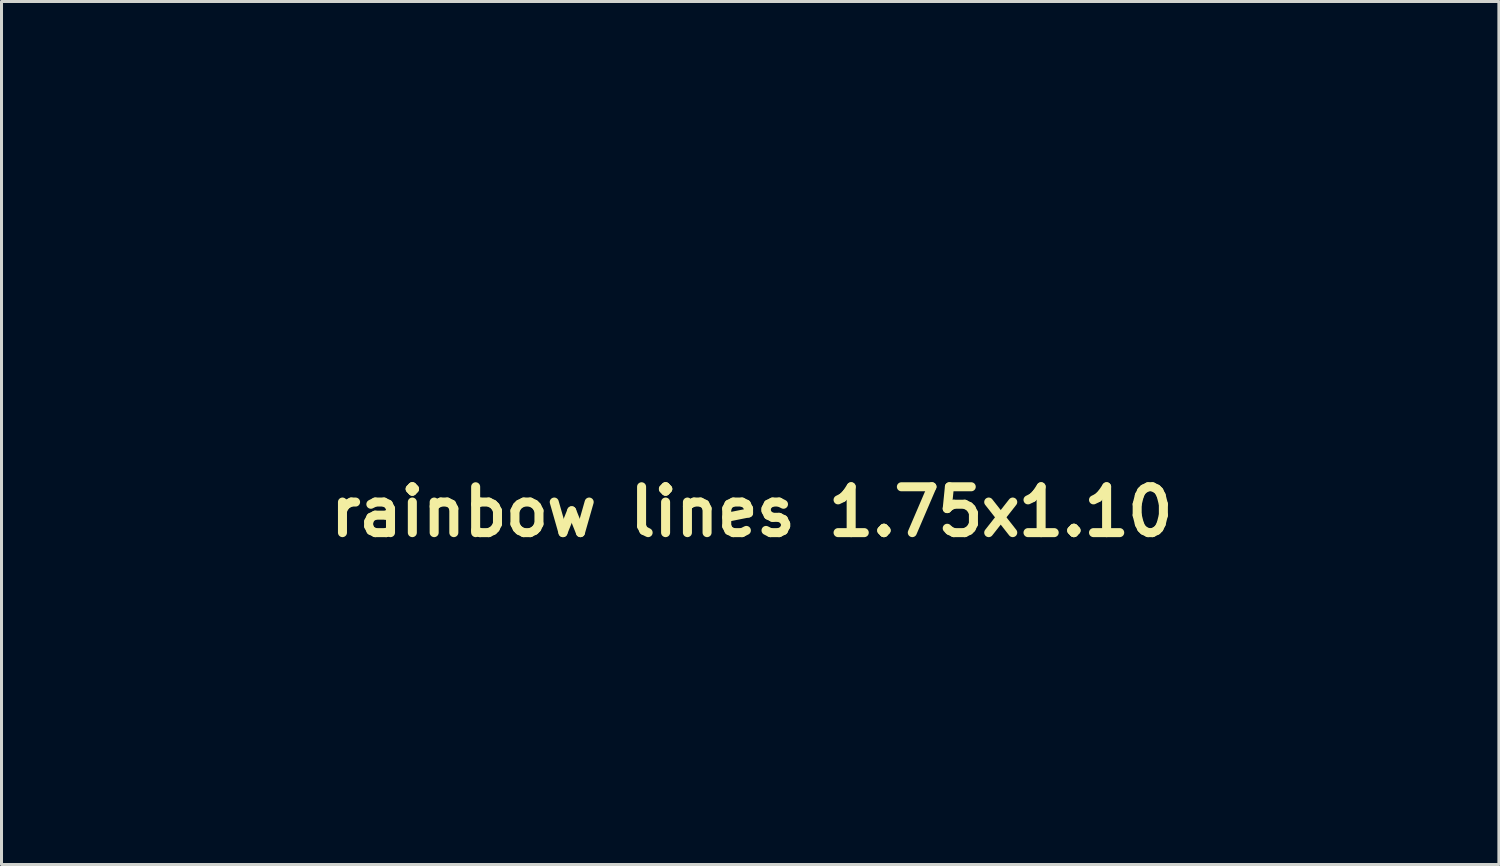
<source format=kicad_pcb>
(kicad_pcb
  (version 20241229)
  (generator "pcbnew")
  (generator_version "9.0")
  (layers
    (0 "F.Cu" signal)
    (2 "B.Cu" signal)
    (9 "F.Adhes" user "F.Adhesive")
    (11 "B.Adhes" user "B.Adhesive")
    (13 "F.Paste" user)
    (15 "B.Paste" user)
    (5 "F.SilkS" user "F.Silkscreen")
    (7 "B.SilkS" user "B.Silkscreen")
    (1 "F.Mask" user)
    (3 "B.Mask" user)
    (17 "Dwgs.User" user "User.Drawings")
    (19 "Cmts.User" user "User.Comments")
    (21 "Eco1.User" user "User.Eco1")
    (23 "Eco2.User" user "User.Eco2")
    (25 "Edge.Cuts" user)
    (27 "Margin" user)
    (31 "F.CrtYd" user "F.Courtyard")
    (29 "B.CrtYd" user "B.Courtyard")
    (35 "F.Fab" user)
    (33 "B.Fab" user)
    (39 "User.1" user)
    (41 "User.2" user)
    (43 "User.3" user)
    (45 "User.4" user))
  (footprint "rainbow lines 1.75x1.10"
    (layer "F.Cu")
    (at 21.941 13.965)
    (property "Reference" "rainbow lines 1.75x1.10" (at 0 0 0) (layer "F.SilkS") (effects (font (size 1.524 1.524) (thickness 0.3))))
    (attr board_only exclude_from_pos_files exclude_from_bom)
    (fp_poly (pts (xy 0.242 3.184) (xy 0.739 3.23) (xy 1.237 3.317) (xy 1.734 3.443) (xy 2.23 3.611) (xy 2.726 3.818) (xy 3.221 4.066) (xy 3.714 4.353) (xy 4.206 4.681) (xy 4.381 4.807) (xy 4.501 4.898) (xy 4.637 5.005) (xy 4.785 5.125) (xy 4.94 5.253) (xy 5.098 5.385) (xy 5.254 5.519) (xy 5.404 5.649) (xy 5.544 5.772) (xy 5.668 5.885) (xy 5.773 5.984) (xy 5.854 6.063) (xy 5.907 6.121) (xy 5.912 6.128) (xy 5.957 6.185) (xy 5.905 6.218) (xy 5.86 6.25) (xy 5.801 6.3) (xy 5.757 6.34) (xy 5.687 6.397) (xy 5.612 6.446) (xy 5.569 6.468) (xy 5.505 6.505) (xy 5.418 6.574) (xy 5.307 6.673) (xy 5.23 6.746) (xy 5.089 6.884) (xy 4.976 6.995) (xy 4.887 7.084) (xy 4.82 7.154) (xy 4.772 7.208) (xy 4.738 7.248) (xy 4.717 7.279) (xy 4.706 7.304) (xy 4.704 7.312) (xy 4.676 7.371) (xy 4.636 7.423) (xy 4.603 7.46) (xy 4.553 7.522) (xy 4.494 7.6) (xy 4.443 7.669) (xy 4.363 7.785) (xy 4.31 7.88) (xy 4.277 7.964) (xy 4.272 7.984) (xy 4.249 8.058) (xy 4.22 8.122) (xy 4.201 8.153) (xy 4.17 8.202) (xy 4.158 8.244) (xy 4.153 8.281) (xy 4.138 8.347) (xy 4.116 8.432) (xy 4.096 8.504) (xy 4.035 8.721) (xy 3.838 8.484) (xy 3.643 8.255) (xy 3.429 8.014) (xy 3.207 7.773) (xy 2.99 7.544) (xy 2.826 7.379) (xy 2.484 7.054) (xy 2.152 6.767) (xy 1.829 6.517) (xy 1.512 6.304) (xy 1.201 6.125) (xy 0.893 5.98) (xy 0.586 5.868) (xy 0.28 5.788) (xy 0.21 5.774) (xy 0.095 5.759) (xy -0.05 5.751) (xy -0.21 5.75) (xy -0.372 5.755) (xy -0.521 5.766) (xy -0.644 5.783) (xy -0.649 5.784) (xy -0.962 5.865) (xy -1.282 5.983) (xy -1.605 6.139) (xy -1.928 6.329) (xy -2.249 6.552) (xy -2.356 6.635) (xy -2.554 6.798) (xy -2.769 6.989) (xy -2.995 7.2) (xy -3.225 7.424) (xy -3.451 7.655) (xy -3.667 7.885) (xy -3.867 8.108) (xy -4.038 8.312) (xy -4.095 8.379) (xy -4.132 8.412) (xy -4.152 8.413) (xy -4.159 8.384) (xy -4.16 8.379) (xy -4.167 8.343) (xy -4.188 8.28) (xy -4.218 8.2) (xy -4.239 8.15) (xy -4.276 8.058) (xy -4.309 7.97) (xy -4.333 7.9) (xy -4.34 7.877) (xy -4.373 7.802) (xy -4.416 7.759) (xy -4.451 7.731) (xy -4.459 7.709) (xy -4.464 7.684) (xy -4.482 7.665) (xy -4.51 7.634) (xy -4.548 7.578) (xy -4.583 7.518) (xy -4.635 7.432) (xy -4.695 7.338) (xy -4.734 7.283) (xy -4.793 7.2) (xy -4.858 7.11) (xy -4.896 7.057) (xy -4.971 6.963) (xy -5.073 6.856) (xy -5.19 6.746) (xy -5.28 6.669) (xy -5.335 6.618) (xy -5.393 6.557) (xy -5.403 6.544) (xy -5.466 6.488) (xy -5.548 6.437) (xy -5.575 6.425) (xy -5.636 6.397) (xy -5.676 6.375) (xy -5.686 6.366) (xy -5.703 6.349) (xy -5.747 6.316) (xy -5.808 6.274) (xy -5.81 6.273) (xy -5.873 6.234) (xy -5.924 6.202) (xy -5.96 6.176) (xy -5.98 6.15) (xy -5.983 6.12) (xy -5.966 6.084) (xy -5.927 6.037) (xy -5.865 5.975) (xy -5.779 5.894) (xy -5.665 5.791) (xy -5.531 5.669) (xy -5.155 5.334) (xy -4.793 5.032) (xy -4.442 4.76) (xy -4.096 4.514) (xy -3.75 4.292) (xy -3.401 4.09) (xy -3.042 3.904) (xy -2.721 3.755) (xy -2.231 3.558) (xy -1.739 3.402) (xy -1.245 3.287) (xy -0.75 3.212) (xy -0.254 3.178)) (stroke (width 0) (type solid)) (fill yes) (layer "F.Mask"))
    (fp_poly (pts (xy 0.292 -13.961) (xy 0.838 -13.941) (xy 1.392 -13.905) (xy 1.945 -13.855) (xy 2.486 -13.79) (xy 2.725 -13.756) (xy 3.601 -13.605) (xy 4.467 -13.415) (xy 5.322 -13.185) (xy 6.166 -12.918) (xy 6.997 -12.612) (xy 7.815 -12.269) (xy 8.62 -11.889) (xy 9.41 -11.473) (xy 10.185 -11.02) (xy 10.943 -10.533) (xy 11.685 -10.01) (xy 12.41 -9.452) (xy 13.117 -8.861) (xy 13.804 -8.235) (xy 14.472 -7.577) (xy 15.119 -6.886) (xy 15.746 -6.163) (xy 16.35 -5.408) (xy 16.848 -4.738) (xy 17.441 -3.879) (xy 18.005 -2.99) (xy 18.54 -2.071) (xy 19.046 -1.123) (xy 19.522 -0.147) (xy 19.967 0.857) (xy 20.383 1.887) (xy 20.767 2.943) (xy 21.121 4.023) (xy 21.443 5.128) (xy 21.727 6.231) (xy 21.758 6.362) (xy 21.786 6.48) (xy 21.808 6.578) (xy 21.823 6.652) (xy 21.831 6.694) (xy 21.832 6.703) (xy 21.811 6.694) (xy 21.761 6.66) (xy 21.685 6.602) (xy 21.586 6.523) (xy 21.466 6.426) (xy 21.404 6.375) (xy 21.269 6.27) (xy 21.154 6.198) (xy 21.08 6.164) (xy 20.995 6.126) (xy 20.95 6.09) (xy 20.941 6.073) (xy 20.643 4.966) (xy 20.316 3.886) (xy 19.96 2.833) (xy 19.575 1.807) (xy 19.161 0.808) (xy 18.719 -0.161) (xy 18.249 -1.103) (xy 17.752 -2.014) (xy 17.227 -2.897) (xy 16.674 -3.749) (xy 16.095 -4.57) (xy 15.489 -5.36) (xy 14.857 -6.119) (xy 14.198 -6.846) (xy 13.514 -7.54) (xy 13.066 -7.964) (xy 12.729 -8.27) (xy 12.409 -8.55) (xy 12.099 -8.811) (xy 11.788 -9.061) (xy 11.469 -9.306) (xy 11.133 -9.554) (xy 10.941 -9.691) (xy 10.188 -10.202) (xy 9.421 -10.674) (xy 8.642 -11.108) (xy 7.851 -11.503) (xy 7.049 -11.859) (xy 6.234 -12.176) (xy 5.409 -12.453) (xy 4.572 -12.692) (xy 3.725 -12.891) (xy 2.867 -13.051) (xy 2 -13.171) (xy 1.122 -13.252) (xy 0.841 -13.27) (xy 0.371 -13.29) (xy -0.083 -13.296) (xy -0.534 -13.289) (xy -0.995 -13.269) (xy -1.479 -13.234) (xy -1.682 -13.217) (xy -2.537 -13.118) (xy -3.384 -12.979) (xy -4.222 -12.802) (xy -5.05 -12.586) (xy -5.867 -12.331) (xy -6.673 -12.039) (xy -7.467 -11.709) (xy -8.248 -11.343) (xy -9.015 -10.94) (xy -9.768 -10.501) (xy -10.505 -10.026) (xy -11.227 -9.516) (xy -11.933 -8.972) (xy -12.621 -8.393) (xy -13.291 -7.781) (xy -13.943 -7.135) (xy -14.575 -6.457) (xy -15.187 -5.746) (xy -15.778 -5.003) (xy -16.347 -4.228) (xy -16.371 -4.195) (xy -16.947 -3.342) (xy -17.496 -2.461) (xy -18.017 -1.551) (xy -18.51 -0.612) (xy -18.976 0.357) (xy -19.415 1.357) (xy -19.827 2.387) (xy -20.212 3.449) (xy -20.571 4.542) (xy -20.889 5.615) (xy -21.03 6.116) (xy -21.144 6.171) (xy -21.246 6.229) (xy -21.375 6.319) (xy -21.529 6.439) (xy -21.709 6.589) (xy -21.767 6.64) (xy -21.843 6.703) (xy -21.899 6.746) (xy -21.934 6.766) (xy -21.941 6.762) (xy -21.933 6.731) (xy -21.916 6.666) (xy -21.892 6.575) (xy -21.864 6.463) (xy -21.832 6.336) (xy -21.816 6.274) (xy -21.663 5.691) (xy -21.492 5.085) (xy -21.306 4.465) (xy -21.109 3.844) (xy -20.904 3.233) (xy -20.709 2.682) (xy -20.321 1.666) (xy -19.908 0.676) (xy -19.468 -0.286) (xy -19.004 -1.221) (xy -18.514 -2.127) (xy -18.001 -3.004) (xy -17.464 -3.852) (xy -16.903 -4.671) (xy -16.32 -5.459) (xy -15.715 -6.215) (xy -15.088 -6.941) (xy -14.439 -7.634) (xy -13.77 -8.295) (xy -13.08 -8.922) (xy -12.371 -9.516) (xy -11.642 -10.075) (xy -10.894 -10.6) (xy -10.128 -11.09) (xy -9.343 -11.543) (xy -8.542 -11.96) (xy -7.723 -12.34) (xy -7.16 -12.576) (xy -6.342 -12.884) (xy -5.52 -13.152) (xy -4.692 -13.382) (xy -3.855 -13.573) (xy -3.006 -13.726) (xy -2.143 -13.842) (xy -1.263 -13.922) (xy -0.73 -13.952) (xy -0.234 -13.965)) (stroke (width 0) (type solid)) (fill yes) (layer "F.Mask"))
    (fp_poly (pts (xy 0.176 -6.842) (xy 0.393 -6.84) (xy 0.581 -6.836) (xy 0.749 -6.83) (xy 0.905 -6.821) (xy 1.057 -6.808) (xy 1.212 -6.792) (xy 1.379 -6.77) (xy 1.566 -6.744) (xy 1.737 -6.719) (xy 2.429 -6.593) (xy 3.117 -6.428) (xy 3.799 -6.223) (xy 4.474 -5.978) (xy 5.143 -5.695) (xy 5.805 -5.373) (xy 6.459 -5.012) (xy 7.104 -4.614) (xy 7.741 -4.178) (xy 8.368 -3.705) (xy 8.985 -3.195) (xy 9.591 -2.649) (xy 10.187 -2.067) (xy 10.77 -1.448) (xy 11.342 -0.795) (xy 11.9 -0.106) (xy 12.006 0.031) (xy 12.283 0.398) (xy 12.57 0.797) (xy 12.862 1.217) (xy 13.154 1.651) (xy 13.441 2.092) (xy 13.716 2.531) (xy 13.975 2.961) (xy 14.214 3.372) (xy 14.216 3.376) (xy 14.244 3.427) (xy 13.721 3.433) (xy 13.467 3.437) (xy 13.249 3.444) (xy 13.06 3.455) (xy 12.892 3.471) (xy 12.739 3.493) (xy 12.591 3.521) (xy 12.442 3.558) (xy 12.284 3.604) (xy 12.147 3.647) (xy 11.947 3.715) (xy 11.784 3.777) (xy 11.651 3.837) (xy 11.544 3.896) (xy 11.466 3.95) (xy 11.417 3.985) (xy 11.383 4.004) (xy 11.376 4.006) (xy 11.36 3.99) (xy 11.325 3.944) (xy 11.276 3.874) (xy 11.216 3.785) (xy 11.157 3.696) (xy 10.639 2.925) (xy 10.115 2.19) (xy 9.584 1.493) (xy 9.047 0.833) (xy 8.505 0.21) (xy 7.957 -0.374) (xy 7.404 -0.92) (xy 6.846 -1.427) (xy 6.284 -1.895) (xy 5.718 -2.324) (xy 5.147 -2.714) (xy 4.574 -3.064) (xy 3.997 -3.373) (xy 3.658 -3.536) (xy 3.149 -3.754) (xy 2.65 -3.939) (xy 2.154 -4.091) (xy 1.651 -4.213) (xy 1.133 -4.309) (xy 0.804 -4.355) (xy 0.598 -4.375) (xy 0.36 -4.39) (xy 0.1 -4.398) (xy -0.168 -4.401) (xy -0.435 -4.399) (xy -0.688 -4.39) (xy -0.916 -4.375) (xy -1.018 -4.365) (xy -1.598 -4.283) (xy -2.173 -4.164) (xy -2.743 -4.008) (xy -3.309 -3.814) (xy -3.872 -3.583) (xy -4.433 -3.313) (xy -4.993 -3.004) (xy -5.554 -2.656) (xy -6.115 -2.269) (xy -6.678 -1.841) (xy -6.726 -1.803) (xy -6.925 -1.639) (xy -7.144 -1.448) (xy -7.38 -1.236) (xy -7.627 -1.007) (xy -7.879 -0.766) (xy -8.13 -0.52) (xy -8.376 -0.273) (xy -8.61 -0.031) (xy -8.828 0.202) (xy -8.93 0.315) (xy -9.278 0.714) (xy -9.636 1.144) (xy -9.997 1.597) (xy -10.356 2.067) (xy -10.708 2.546) (xy -11.047 3.026) (xy -11.368 3.501) (xy -11.472 3.661) (xy -11.528 3.747) (xy -11.576 3.821) (xy -11.611 3.874) (xy -11.629 3.901) (xy -11.63 3.903) (xy -11.651 3.897) (xy -11.695 3.874) (xy -11.721 3.858) (xy -11.797 3.817) (xy -11.882 3.778) (xy -11.903 3.77) (xy -11.982 3.737) (xy -12.055 3.698) (xy -12.073 3.686) (xy -12.155 3.644) (xy -12.273 3.6) (xy -12.422 3.558) (xy -12.593 3.519) (xy -12.78 3.483) (xy -12.976 3.454) (xy -13.173 3.432) (xy -13.231 3.427) (xy -13.3 3.424) (xy -13.401 3.424) (xy -13.525 3.426) (xy -13.663 3.429) (xy -13.808 3.434) (xy -13.95 3.44) (xy -14.082 3.447) (xy -14.195 3.455) (xy -14.282 3.462) (xy -14.332 3.47) (xy -14.334 3.47) (xy -14.352 3.472) (xy -14.358 3.463) (xy -14.352 3.438) (xy -14.332 3.394) (xy -14.295 3.324) (xy -14.24 3.225) (xy -14.215 3.18) (xy -13.71 2.321) (xy -13.191 1.5) (xy -12.658 0.717) (xy -12.111 -0.028) (xy -11.549 -0.737) (xy -10.972 -1.409) (xy -10.379 -2.044) (xy -9.77 -2.644) (xy -9.145 -3.209) (xy -8.504 -3.739) (xy -8.272 -3.918) (xy -7.642 -4.375) (xy -7.002 -4.795) (xy -6.351 -5.177) (xy -5.692 -5.521) (xy -5.024 -5.827) (xy -4.348 -6.094) (xy -3.666 -6.322) (xy -2.978 -6.51) (xy -2.286 -6.658) (xy -1.859 -6.729) (xy -1.659 -6.758) (xy -1.48 -6.781) (xy -1.315 -6.8) (xy -1.155 -6.815) (xy -0.993 -6.826) (xy -0.821 -6.833) (xy -0.631 -6.838) (xy -0.415 -6.841) (xy -0.166 -6.842) (xy -0.077 -6.842)) (stroke (width 0) (type solid)) (fill yes) (layer "F.Mask")))
  (gr_rect
    (start -3 -3)
    (end 46.773 25.686)
    (stroke (width 0.1) (type default))
    (fill no)
    (layer "Edge.Cuts")))
</source>
